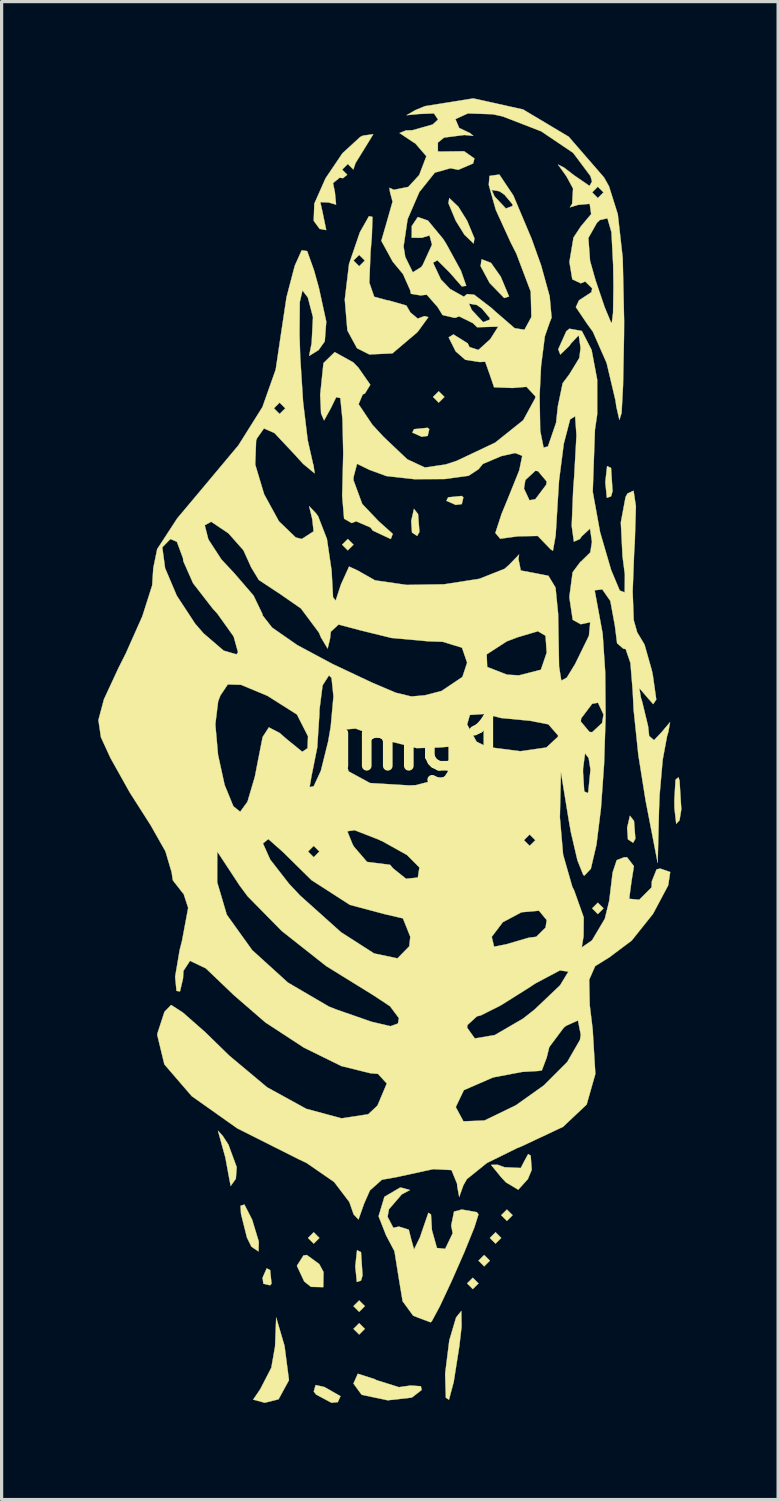
<source format=kicad_pcb>
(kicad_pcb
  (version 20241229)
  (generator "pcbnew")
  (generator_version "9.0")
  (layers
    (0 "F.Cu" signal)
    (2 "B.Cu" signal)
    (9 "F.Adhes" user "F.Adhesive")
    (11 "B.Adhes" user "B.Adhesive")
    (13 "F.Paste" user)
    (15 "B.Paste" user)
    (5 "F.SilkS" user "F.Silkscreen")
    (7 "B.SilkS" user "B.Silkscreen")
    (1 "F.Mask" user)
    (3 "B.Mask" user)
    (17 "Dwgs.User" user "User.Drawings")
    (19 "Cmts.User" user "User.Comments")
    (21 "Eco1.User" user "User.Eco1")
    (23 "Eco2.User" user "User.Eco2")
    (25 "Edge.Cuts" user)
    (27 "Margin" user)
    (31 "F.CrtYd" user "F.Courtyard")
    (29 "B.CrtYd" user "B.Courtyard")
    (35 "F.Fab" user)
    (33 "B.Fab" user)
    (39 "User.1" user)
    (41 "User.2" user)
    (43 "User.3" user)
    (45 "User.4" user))
  (footprint "img1"
    (layer "F.Cu")
    (at 10.039 20.031)
    (property "Reference" "img1" (at 0 0 0) (layer "F.SilkS") (effects (font (size 1.524 1.524) (thickness 0.3))))
    (attr through_hole)
    (fp_poly (pts (xy -3.175 15.346) (xy -3.351 15.522) (xy -3.528 15.346) (xy -3.351 15.169) (xy -3.175 15.346)) (stroke (width 0.01) (type solid)) (fill yes) (layer "F.SilkS"))
    (fp_poly (pts (xy -2.117 -6.174) (xy -2.293 -5.997) (xy -2.469 -6.174) (xy -2.293 -6.35) (xy -2.117 -6.174)) (stroke (width 0.01) (type solid)) (fill yes) (layer "F.SilkS"))
    (fp_poly (pts (xy -1.764 17.462) (xy -1.94 17.639) (xy -2.117 17.462) (xy -1.94 17.286) (xy -1.764 17.462)) (stroke (width 0.01) (type solid)) (fill yes) (layer "F.SilkS"))
    (fp_poly (pts (xy -1.764 18.168) (xy -1.94 18.344) (xy -2.117 18.168) (xy -1.94 17.992) (xy -1.764 18.168)) (stroke (width 0.01) (type solid)) (fill yes) (layer "F.SilkS"))
    (fp_poly (pts (xy 0.706 -10.76) (xy 0.529 -10.583) (xy 0.353 -10.76) (xy 0.529 -10.936) (xy 0.706 -10.76)) (stroke (width 0.01) (type solid)) (fill yes) (layer "F.SilkS"))
    (fp_poly (pts (xy 1.764 16.757) (xy 1.587 16.933) (xy 1.411 16.757) (xy 1.587 16.581) (xy 1.764 16.757)) (stroke (width 0.01) (type solid)) (fill yes) (layer "F.SilkS"))
    (fp_poly (pts (xy 2.117 16.051) (xy 1.94 16.228) (xy 1.764 16.051) (xy 1.94 15.875) (xy 2.117 16.051)) (stroke (width 0.01) (type solid)) (fill yes) (layer "F.SilkS"))
    (fp_poly (pts (xy 2.469 15.346) (xy 2.293 15.522) (xy 2.117 15.346) (xy 2.293 15.169) (xy 2.469 15.346)) (stroke (width 0.01) (type solid)) (fill yes) (layer "F.SilkS"))
    (fp_poly (pts (xy 2.822 14.64) (xy 2.646 14.817) (xy 2.469 14.64) (xy 2.646 14.464) (xy 2.822 14.64)) (stroke (width 0.01) (type solid)) (fill yes) (layer "F.SilkS"))
    (fp_poly (pts (xy 5.644 5.115) (xy 5.468 5.292) (xy 5.292 5.115) (xy 5.468 4.939) (xy 5.644 5.115)) (stroke (width 0.01) (type solid)) (fill yes) (layer "F.SilkS"))
    (fp_poly (pts (xy -4.704 16.345) (xy -4.661 16.764) (xy -4.704 16.816) (xy -4.913 16.767) (xy -4.939 16.581) (xy -4.81 16.29) (xy -4.704 16.345)) (stroke (width 0.01) (type solid)) (fill yes) (layer "F.SilkS"))
    (fp_poly (pts (xy -1.883 15.787) (xy -1.836 16.509) (xy -1.883 16.669) (xy -2.012 16.713) (xy -2.061 16.228) (xy -2.006 15.727) (xy -1.883 15.787)) (stroke (width 0.01) (type solid)) (fill yes) (layer "F.SilkS"))
    (fp_poly (pts (xy -0.112 -7.122) (xy -0.07 -6.57) (xy -0.14 -6.446) (xy -0.3 -6.551) (xy -0.325 -6.909) (xy -0.239 -7.285) (xy -0.112 -7.122)) (stroke (width 0.01) (type solid)) (fill yes) (layer "F.SilkS"))
    (fp_poly (pts (xy 0.235 -9.76) (xy 0.187 -9.55) (xy 0 -9.525) (xy -0.29 -9.654) (xy -0.235 -9.76) (xy 0.183 -9.802) (xy 0.235 -9.76)) (stroke (width 0.01) (type solid)) (fill yes) (layer "F.SilkS"))
    (fp_poly (pts (xy 1.294 -7.644) (xy 1.245 -7.434) (xy 1.058 -7.408) (xy 0.768 -7.537) (xy 0.823 -7.644) (xy 1.242 -7.686) (xy 1.294 -7.644)) (stroke (width 0.01) (type solid)) (fill yes) (layer "F.SilkS"))
    (fp_poly (pts (xy 5.878 -8.555) (xy 5.925 -7.833) (xy 5.878 -7.673) (xy 5.749 -7.629) (xy 5.7 -8.114) (xy 5.756 -8.615) (xy 5.878 -8.555)) (stroke (width 0.01) (type solid)) (fill yes) (layer "F.SilkS"))
    (fp_poly (pts (xy 6.591 2.403) (xy 6.633 2.955) (xy 6.563 3.079) (xy 6.403 2.974) (xy 6.378 2.616) (xy 6.464 2.24) (xy 6.591 2.403)) (stroke (width 0.01) (type solid)) (fill yes) (layer "F.SilkS"))
    (fp_poly (pts (xy -3.017 19.974) (xy -2.52 20.258) (xy -2.604 20.442) (xy -2.801 20.461) (xy -3.28 20.205) (xy -3.349 20.112) (xy -3.292 19.912) (xy -3.017 19.974)) (stroke (width 0.01) (type solid)) (fill yes) (layer "F.SilkS"))
    (fp_poly (pts (xy 2.151 -14.922) (xy 2.453 -14.494) (xy 2.712 -13.878) (xy 2.563 -13.83) (xy 2.11 -14.296) (xy 1.829 -14.82) (xy 1.861 -15.032) (xy 2.151 -14.922)) (stroke (width 0.01) (type solid)) (fill yes) (layer "F.SilkS"))
    (fp_poly (pts (xy -5.262 14.78) (xy -5.056 15.46) (xy -5.064 15.765) (xy -5.285 15.617) (xy -5.424 15.332) (xy -5.608 14.599) (xy -5.622 14.347) (xy -5.502 14.31) (xy -5.262 14.78)) (stroke (width 0.01) (type solid)) (fill yes) (layer "F.SilkS"))
    (fp_poly (pts (xy -3.18 16.156) (xy -3.047 16.404) (xy -3.054 16.873) (xy -3.435 16.864) (xy -3.645 16.698) (xy -3.873 16.211) (xy -3.669 15.89) (xy -3.566 15.875) (xy -3.18 16.156)) (stroke (width 0.01) (type solid)) (fill yes) (layer "F.SilkS"))
    (fp_poly (pts (xy 1.14 -16.663) (xy 1.411 -16.228) (xy 1.638 -15.682) (xy 1.612 -15.522) (xy 1.329 -15.793) (xy 1.058 -16.228) (xy 0.831 -16.773) (xy 0.857 -16.933) (xy 1.14 -16.663)) (stroke (width 0.01) (type solid)) (fill yes) (layer "F.SilkS"))
    (fp_poly (pts (xy 8.004 1.147) (xy 8.059 2.041) (xy 8.004 2.381) (xy 7.902 2.491) (xy 7.846 2.003) (xy 7.843 1.764) (xy 7.88 1.122) (xy 7.971 1.046) (xy 8.004 1.147)) (stroke (width 0.01) (type solid)) (fill yes) (layer "F.SilkS"))
    (fp_poly (pts (xy -6.175 12.178) (xy -5.999 12.449) (xy -5.742 13.147) (xy -5.768 13.507) (xy -5.928 13.732) (xy -5.969 13.523) (xy -6.094 12.847) (xy -6.2 12.464) (xy -6.323 12.018) (xy -6.175 12.178)) (stroke (width 0.01) (type solid)) (fill yes) (layer "F.SilkS"))
    (fp_poly (pts (xy -4.257 18.697) (xy -4.119 19.76) (xy -4.442 20.353) (xy -4.871 20.461) (xy -5.23 20.364) (xy -5.009 20.038) (xy -4.667 19.374) (xy -4.551 18.715) (xy -4.516 17.815) (xy -4.257 18.697)) (stroke (width 0.01) (type solid)) (fill yes) (layer "F.SilkS"))
    (fp_poly (pts (xy 1.239 18.095) (xy 1.17 18.697) (xy 0.994 19.816) (xy 0.847 20.367) (xy 0.751 20.306) (xy 0.729 19.591) (xy 0.73 19.55) (xy 0.857 18.528) (xy 1.068 17.815) (xy 1.231 17.612) (xy 1.239 18.095)) (stroke (width 0.01) (type solid)) (fill yes) (layer "F.SilkS"))
    (fp_poly (pts (xy -1.47 19.725) (xy -1.404 19.759) (xy -0.705 19.978) (xy -0.345 19.927) (xy -0.025 19.949) (xy 0 20.064) (xy -0.306 20.301) (xy -1.043 20.384) (xy -1.058 20.384) (xy -1.863 20.214) (xy -2.117 19.866) (xy -1.982 19.561) (xy -1.47 19.725)) (stroke (width 0.01) (type solid)) (fill yes) (layer "F.SilkS"))
    (fp_poly (pts (xy 3.384 12.791) (xy 3.416 13.231) (xy 3.296 13.519) (xy 2.997 13.849) (xy 2.618 13.622) (xy 2.481 13.478) (xy 2.155 13.078) (xy 2.359 13.074) (xy 2.569 13.151) (xy 3.077 13.174) (xy 3.175 12.983) (xy 3.306 12.742) (xy 3.384 12.791)) (stroke (width 0.01) (type solid)) (fill yes) (layer "F.SilkS"))
    (fp_poly (pts (xy -1.684 -18.617) (xy -2.054 -18.018) (xy -2.121 -17.819) (xy -2.293 -17.992) (xy -2.469 -17.815) (xy -2.312 -17.658) (xy -2.441 -17.551) (xy -2.548 -17.565) (xy -2.752 -17.398) (xy -2.693 -17.106) (xy -2.657 -16.729) (xy -2.886 -16.796) (xy -3.147 -16.808) (xy -3.07 -16.462) (xy -2.963 -15.939) (xy -3.167 -15.977) (xy -3.351 -16.227) (xy -3.332 -16.76) (xy -2.984 -17.546) (xy -2.459 -18.324) (xy -1.907 -18.83) (xy -1.821 -18.871) (xy -1.503 -18.915) (xy -1.684 -18.617)) (stroke (width 0.01) (type solid)) (fill yes) (layer "F.SilkS"))
    (fp_poly (pts (xy -1.527 -16.348) (xy -1.547 -15.734) (xy -1.587 -15.258) (xy -1.625 -14.308) (xy -1.474 -13.869) (xy -1.068 -13.759) (xy -1.035 -13.758) (xy -0.475 -13.597) (xy -0.353 -13.385) (xy -0.123 -13.191) (xy 0.088 -13.269) (xy 0.207 -13.236) (xy -0.103 -12.807) (xy -0.143 -12.761) (xy -0.909 -12.112) (xy -1.624 -12.079) (xy -2.007 -12.272) (xy -2.306 -12.824) (xy -2.387 -13.783) (xy -2.254 -14.887) (xy -2.218 -14.993) (xy -2.117 -14.993) (xy -1.94 -14.817) (xy -1.764 -14.993) (xy -1.94 -15.169) (xy -2.117 -14.993) (xy -2.218 -14.993) (xy -1.917 -15.874) (xy -1.916 -15.875) (xy -1.636 -16.37) (xy -1.527 -16.348)) (stroke (width 0.01) (type solid)) (fill yes) (layer "F.SilkS"))
    (fp_poly (pts (xy -0.628 13.786) (xy -0.365 13.859) (xy -0.617 13.992) (xy -1.018 14.457) (xy -1.058 14.69) (xy -0.88 15.032) (xy -0.706 14.993) (xy -0.401 15.089) (xy -0.318 15.413) (xy -0.237 15.702) (xy -0.05 15.32) (xy 0 15.169) (xy 0.208 14.565) (xy 0.289 14.616) (xy 0.318 15.102) (xy 0.473 15.657) (xy 0.73 15.684) (xy 0.962 15.202) (xy 0.917 14.957) (xy 1.005 14.528) (xy 1.246 14.464) (xy 1.709 14.545) (xy 1.764 14.611) (xy 1.637 15.016) (xy 1.327 15.781) (xy 0.934 16.676) (xy 0.563 17.468) (xy 0.317 17.926) (xy 0.277 17.964) (xy -0.092 17.827) (xy -0.265 17.758) (xy -0.591 17.311) (xy -0.706 16.622) (xy -0.844 15.759) (xy -1.105 15.264) (xy -1.337 14.673) (xy -1.156 14.068) (xy -0.673 13.785) (xy -0.628 13.786)) (stroke (width 0.01) (type solid)) (fill yes) (layer "F.SilkS"))
    (fp_poly (pts (xy 3.148 -19.683) (xy 4.564 -18.837) (xy 5.662 -17.571) (xy 5.815 -17.298) (xy 6.088 -16.43) (xy 6.241 -15.065) (xy 6.284 -13.11) (xy 6.281 -12.655) (xy 6.251 -11.12) (xy 6.205 -10.261) (xy 6.137 -10.048) (xy 6.044 -10.452) (xy 6.016 -10.65) (xy 5.741 -11.815) (xy 5.314 -12.784) (xy 5.135 -13.031) (xy 4.786 -13.548) (xy 4.884 -13.758) (xy 5.269 -14.01) (xy 5.292 -14.132) (xy 5.076 -14.343) (xy 4.939 -14.287) (xy 4.676 -14.411) (xy 4.586 -14.951) (xy 4.711 -15.695) (xy 5.174 -15.695) (xy 5.227 -14.982) (xy 5.399 -14.376) (xy 5.682 -13.54) (xy 5.874 -13.082) (xy 5.901 -13.053) (xy 5.941 -13.37) (xy 5.953 -14.184) (xy 5.944 -14.846) (xy 5.891 -15.873) (xy 5.767 -16.305) (xy 5.529 -16.25) (xy 5.442 -16.168) (xy 5.174 -15.695) (xy 4.711 -15.695) (xy 4.713 -15.707) (xy 4.939 -16.051) (xy 5.262 -16.436) (xy 5.216 -16.754) (xy 4.851 -16.721) (xy 4.6 -16.645) (xy 4.671 -16.756) (xy 4.692 -17.11) (xy 5.292 -17.11) (xy 5.468 -16.933) (xy 5.644 -17.11) (xy 5.468 -17.286) (xy 5.292 -17.11) (xy 4.692 -17.11) (xy 4.699 -17.229) (xy 4.495 -17.606) (xy 4.233 -17.973) (xy 4.421 -17.878) (xy 4.732 -17.639) (xy 5.211 -17.31) (xy 5.288 -17.448) (xy 5.239 -17.617) (xy 4.702 -18.336) (xy 3.712 -19.004) (xy 2.513 -19.468) (xy 2.205 -19.535) (xy 1.436 -19.561) (xy 1.047 -19.384) (xy 1.164 -19.109) (xy 1.499 -18.95) (xy 1.602 -18.866) (xy 1.323 -18.891) (xy 0.693 -18.81) (xy 0.503 -18.655) (xy 0.503 -18.381) (xy 0.591 -18.377) (xy 1.318 -18.386) (xy 1.637 -18.161) (xy 1.597 -18.007) (xy 1.137 -17.81) (xy 0.894 -17.859) (xy 0.408 -17.722) (xy -0.074 -17.118) (xy -0.437 -16.277) (xy -0.562 -15.43) (xy -0.509 -15.105) (xy -0.275 -14.628) (xy -0.009 -14.795) (xy 0.033 -14.858) (xy 0.321 -15.487) (xy 0.244 -15.773) (xy 0 -15.699) (xy -0.309 -15.702) (xy -0.307 -16.064) (xy -0.119 -16.344) (xy 0.194 -16.235) (xy 0.664 -15.668) (xy 0.763 -15.512) (xy 1.218 -14.68) (xy 1.383 -14.209) (xy 1.246 -14.191) (xy 0.871 -14.62) (xy 0.488 -15.002) (xy 0.353 -14.927) (xy 0.597 -14.407) (xy 0.882 -14.111) (xy 1.308 -13.872) (xy 1.411 -13.953) (xy 1.63 -13.933) (xy 2.167 -13.521) (xy 2.284 -13.414) (xy 2.885 -12.894) (xy 3.191 -12.845) (xy 3.403 -13.236) (xy 3.405 -13.241) (xy 3.386 -14.027) (xy 2.938 -15.211) (xy 2.76 -15.562) (xy 2.302 -16.564) (xy 2.127 -17.185) (xy 2.174 -17.185) (xy 2.259 -16.988) (xy 2.615 -16.609) (xy 2.819 -16.687) (xy 2.822 -16.736) (xy 2.572 -17.035) (xy 2.415 -17.143) (xy 2.174 -17.185) (xy 2.127 -17.185) (xy 2.083 -17.342) (xy 2.105 -17.62) (xy 2.411 -17.663) (xy 2.846 -17.012) (xy 3.412 -15.67) (xy 3.708 -14.842) (xy 3.973 -13.881) (xy 4.033 -13.221) (xy 3.975 -13.078) (xy 3.823 -12.642) (xy 3.706 -11.723) (xy 3.661 -10.812) (xy 3.679 -9.71) (xy 3.785 -9.186) (xy 3.92 -9.224) (xy 4.173 -9.961) (xy 4.228 -10.474) (xy 4.377 -11.186) (xy 4.586 -11.465) (xy 4.893 -11.969) (xy 4.933 -12.28) (xy 4.876 -12.675) (xy 4.633 -12.418) (xy 4.586 -12.347) (xy 4.303 -12.076) (xy 4.239 -12.238) (xy 4.491 -12.801) (xy 4.587 -12.877) (xy 4.971 -12.808) (xy 5.274 -12.22) (xy 5.448 -11.297) (xy 5.449 -10.226) (xy 5.378 -9.739) (xy 5.31 -7.816) (xy 5.538 -6.562) (xy 5.881 -5.387) (xy 6.148 -4.751) (xy 6.302 -4.692) (xy 6.307 -5.249) (xy 6.234 -5.821) (xy 6.182 -6.864) (xy 6.329 -7.652) (xy 6.388 -7.761) (xy 6.577 -7.849) (xy 6.65 -7.36) (xy 6.615 -6.239) (xy 6.595 -5.924) (xy 6.549 -4.719) (xy 6.582 -3.832) (xy 6.689 -3.455) (xy 6.689 -3.455) (xy 6.917 -3.073) (xy 7.145 -2.27) (xy 7.176 -2.117) (xy 7.282 -1.365) (xy 7.186 -1.225) (xy 7.022 -1.411) (xy 6.755 -1.722) (xy 6.807 -1.417) (xy 6.846 -1.294) (xy 7.029 -0.535) (xy 7.061 -0.236) (xy 7.213 -0.105) (xy 7.447 -0.353) (xy 7.709 -0.663) (xy 7.656 -0.355) (xy 7.618 -0.236) (xy 7.481 0.503) (xy 7.385 1.599) (xy 7.367 2.057) (xy 7.326 3.704) (xy 6.95 1.764) (xy 6.725 0.347) (xy 6.578 -1.063) (xy 6.55 -1.642) (xy 6.48 -2.503) (xy 6.332 -2.935) (xy 6.262 -2.944) (xy 6.066 -3.114) (xy 5.997 -3.663) (xy 5.856 -4.428) (xy 5.607 -4.786) (xy 5.369 -4.758) (xy 5.464 -4.246) (xy 5.618 -3.409) (xy 5.697 -2.217) (xy 5.709 -0.818) (xy 5.662 0.64) (xy 5.565 2.009) (xy 5.425 3.141) (xy 5.251 3.887) (xy 5.049 4.1) (xy 5.015 4.074) (xy 4.835 3.625) (xy 4.631 2.748) (xy 4.565 2.375) (xy 4.322 0.882) (xy 5.008 0.882) (xy 5.046 1.484) (xy 5.156 1.537) (xy 5.17 1.506) (xy 5.24 0.806) (xy 5.183 0.448) (xy 5.071 0.304) (xy 5.01 0.772) (xy 5.008 0.882) (xy 4.322 0.882) (xy 4.29 2.293) (xy 4.39 3.448) (xy 4.677 4.449) (xy 4.737 4.568) (xy 5.03 5.395) (xy 5.025 5.979) (xy 4.968 6.328) (xy 5.287 6.109) (xy 5.686 5.436) (xy 5.823 4.874) (xy 5.928 3.999) (xy 6.054 3.62) (xy 6.285 3.529) (xy 6.374 3.528) (xy 6.588 3.805) (xy 6.513 4.275) (xy 6.441 4.818) (xy 6.754 4.848) (xy 7.135 4.466) (xy 7.144 4.277) (xy 7.292 3.905) (xy 7.408 3.881) (xy 7.714 3.988) (xy 7.653 4.399) (xy 7.203 5.246) (xy 7.174 5.295) (xy 6.52 6.114) (xy 5.821 6.638) (xy 5.385 6.908) (xy 5.199 7.331) (xy 5.216 8.112) (xy 5.308 8.873) (xy 5.391 10.255) (xy 5.121 11.204) (xy 4.387 11.897) (xy 3.076 12.513) (xy 2.973 12.552) (xy 2.025 13.019) (xy 1.402 13.521) (xy 1.294 13.711) (xy 1.165 14.073) (xy 1.105 13.748) (xy 1.099 13.663) (xy 0.926 13.239) (xy 0.363 13.21) (xy 0.088 13.268) (xy -0.748 13.451) (xy -1.235 13.539) (xy -1.607 13.871) (xy -1.79 14.287) (xy -1.961 14.773) (xy -2.112 14.614) (xy -2.244 14.232) (xy -2.718 13.608) (xy -3.573 13.018) (xy -3.806 12.908) (xy -5.724 11.944) (xy -7.138 10.943) (xy -7.987 9.958) (xy -8.208 9.044) (xy -8.198 8.983) (xy -7.984 8.327) (xy -7.777 8.114) (xy -7.415 8.347) (xy -6.725 8.953) (xy -5.976 9.684) (xy -4.796 10.671) (xy -3.584 11.337) (xy -2.489 11.633) (xy -1.661 11.507) (xy -1.421 11.284) (xy 1.058 11.284) (xy 1.296 11.726) (xy 1.949 11.7) (xy 2.924 11.228) (xy 3.792 10.611) (xy 4.518 9.885) (xy 4.914 9.197) (xy 4.939 9.041) (xy 4.852 8.595) (xy 4.484 8.759) (xy 4.41 8.819) (xy 3.961 9.42) (xy 3.881 9.745) (xy 3.73 10.145) (xy 3.616 10.163) (xy 3.12 10.192) (xy 2.273 10.352) (xy 2.205 10.368) (xy 1.309 10.758) (xy 1.058 11.284) (xy -1.421 11.284) (xy -1.373 11.239) (xy -1.083 10.552) (xy -1.357 10.253) (xy -1.602 10.231) (xy -2.492 10.01) (xy -3.654 9.439) (xy -4.601 8.819) (xy 1.411 8.819) (xy 1.649 9.153) (xy 2.272 9.047) (xy 3.146 8.538) (xy 3.501 8.259) (xy 4.296 7.504) (xy 4.554 7.079) (xy 4.291 7.041) (xy 3.525 7.448) (xy 3.302 7.595) (xy 2.453 8.128) (xy 1.839 8.436) (xy 1.715 8.467) (xy 1.42 8.737) (xy 1.411 8.819) (xy -4.601 8.819) (xy -4.851 8.656) (xy -5.845 7.796) (xy -5.863 7.777) (xy -6.699 6.978) (xy -7.191 6.743) (xy -7.395 7.056) (xy -7.408 7.291) (xy -7.502 7.693) (xy -7.61 7.677) (xy -7.653 7.24) (xy -7.511 6.403) (xy -7.438 6.118) (xy -7.248 5.099) (xy -7.394 4.652) (xy -7.412 4.645) (xy -7.678 4.302) (xy -6.348 4.302) (xy -6.05 5.312) (xy -5.263 6.41) (xy -4.152 7.419) (xy -2.881 8.163) (xy -2.646 8.256) (xy -1.554 8.636) (xy -0.967 8.773) (xy -0.736 8.689) (xy -0.706 8.523) (xy -0.982 8.154) (xy -1.499 7.812) (xy -2.963 6.907) (xy -4.345 5.816) (xy -5.405 4.738) (xy -5.652 4.404) (xy -6.345 3.351) (xy -6.348 4.302) (xy -7.678 4.302) (xy -7.725 4.241) (xy -7.761 3.994) (xy -7.954 3.344) (xy -8.093 3.099) (xy -4.927 3.099) (xy -4.701 3.602) (xy -4.117 4.352) (xy -3.771 4.72) (xy -2.501 5.858) (xy -1.476 6.515) (xy -0.752 6.667) (xy -0.386 6.294) (xy -0.353 5.999) (xy 2.175 5.999) (xy 2.247 6.305) (xy 2.627 6.23) (xy 3.313 6.029) (xy 3.557 5.997) (xy 3.846 5.712) (xy 3.881 5.479) (xy 3.641 5.188) (xy 3.1 5.236) (xy 2.519 5.544) (xy 2.175 5.999) (xy -0.353 5.999) (xy -0.353 5.997) (xy -0.581 5.426) (xy -1.156 5.292) (xy -2.229 5.006) (xy -3.418 4.24) (xy -4.31 3.362) (xy -4.322 3.351) (xy -3.528 3.351) (xy -3.351 3.528) (xy -3.175 3.351) (xy -3.351 3.175) (xy -3.528 3.351) (xy -4.322 3.351) (xy -4.76 2.964) (xy -4.927 3.099) (xy -8.093 3.099) (xy -8.306 2.722) (xy -2.308 2.722) (xy -2.149 3.115) (xy -2.103 3.2) (xy -1.695 3.673) (xy -1.418 3.708) (xy -0.981 3.763) (xy -0.886 3.875) (xy -0.485 4.197) (xy -0.119 4.159) (xy -0.07 3.846) (xy -0.457 3.458) (xy -1.231 3.026) (xy -1.293 2.999) (xy 3.175 2.999) (xy 3.351 3.175) (xy 3.528 2.999) (xy 3.351 2.822) (xy 3.175 2.999) (xy -1.293 2.999) (xy -1.339 2.979) (xy -2.081 2.689) (xy -2.308 2.722) (xy -8.306 2.722) (xy -8.417 2.527) (xy -8.419 2.524) (xy -9.06 1.52) (xy -9.661 0.445) (xy -9.956 -0.197) (xy -10.015 -0.598) (xy -6.405 -0.598) (xy -6.321 0.35) (xy -6.117 1.283) (xy -5.845 1.947) (xy -5.633 2.117) (xy -5.407 1.805) (xy -5.273 1.351) (xy -3.479 1.351) (xy -3.352 1.326) (xy -3.129 0.844) (xy -2.961 0.169) (xy -2.469 0.169) (xy -2.269 0.863) (xy -1.604 1.225) (xy -0.38 1.299) (xy -0.179 1.29) (xy 0.693 1.061) (xy 1.003 0.566) (xy 0.967 0.087) (xy 0.545 0.121) (xy -0.153 0.141) (xy -1.103 -0.102) (xy -1.254 -0.162) (xy -2.049 -0.466) (xy -2.39 -0.437) (xy -2.468 -0.021) (xy -2.469 0.169) (xy -2.961 0.169) (xy -2.902 -0.069) (xy -2.823 -0.526) (xy -2.817 -0.593) (xy 1.411 -0.593) (xy 1.704 -0.059) (xy 2.028 0.104) (xy 3.064 0.238) (xy 3.87 0.122) (xy 4.23 -0.211) (xy 4.233 -0.253) (xy 3.933 -0.597) (xy 3.486 -0.685) (xy 4.939 -0.685) (xy 5.208 -0.362) (xy 5.292 -0.353) (xy 5.601 -0.64) (xy 5.644 -0.903) (xy 5.473 -1.268) (xy 5.292 -1.235) (xy 4.952 -0.784) (xy 4.939 -0.685) (xy 3.486 -0.685) (xy 3.38 -0.706) (xy 2.466 -0.793) (xy 1.969 -0.92) (xy 1.495 -0.888) (xy 1.411 -0.593) (xy -2.817 -0.593) (xy -2.738 -1.467) (xy -2.798 -2.038) (xy -2.878 -2.117) (xy -3.076 -1.807) (xy -3.173 -1.048) (xy -3.175 -0.911) (xy -3.242 0.122) (xy -3.404 0.932) (xy -3.408 0.941) (xy -3.479 1.351) (xy -5.273 1.351) (xy -5.177 1.025) (xy -5.111 0.682) (xy -4.937 -0.203) (xy -4.743 -0.503) (xy -4.407 -0.328) (xy -4.198 -0.145) (xy -3.706 0.255) (xy -3.543 0.145) (xy -3.528 -0.225) (xy -3.871 -0.902) (xy -4.786 -1.482) (xy -5.607 -1.824) (xy -6.018 -1.836) (xy -6.248 -1.493) (xy -6.318 -1.31) (xy -6.405 -0.598) (xy -10.015 -0.598) (xy -10.034 -0.731) (xy -9.862 -1.376) (xy -9.408 -2.353) (xy -9.183 -2.8) (xy -8.67 -3.953) (xy -8.365 -4.912) (xy -8.331 -5.446) (xy -8.21 -6.036) (xy -8.173 -6.092) (xy -8.052 -6.092) (xy -7.964 -5.444) (xy -7.602 -4.591) (xy -7.031 -3.72) (xy -6.772 -3.422) (xy -6.146 -2.884) (xy -5.749 -2.77) (xy -5.7 -2.833) (xy -5.836 -3.324) (xy -6.341 -4.032) (xy -6.488 -4.193) (xy -7.096 -4.978) (xy -7.4 -5.665) (xy -7.408 -5.752) (xy -7.598 -6.264) (xy -7.799 -6.35) (xy -8.052 -6.092) (xy -8.173 -6.092) (xy -7.727 -6.777) (xy -6.734 -6.777) (xy -6.622 -6.339) (xy -6.217 -5.716) (xy -5.821 -5.292) (xy -5.219 -4.595) (xy -4.941 -4.016) (xy -4.939 -3.98) (xy -4.642 -3.599) (xy -3.862 -3.057) (xy -2.767 -2.47) (xy -2.734 -2.455) (xy -1.543 -1.893) (xy -0.802 -1.578) (xy -0.32 -1.462) (xy 0.096 -1.498) (xy 0.617 -1.633) (xy 1.265 -2.068) (xy 1.411 -2.511) (xy 1.323 -2.769) (xy 2.018 -2.769) (xy 2.034 -2.378) (xy 2.65 -2.139) (xy 3.019 -2.117) (xy 3.7 -2.291) (xy 3.881 -2.822) (xy 3.845 -3.347) (xy 3.609 -3.487) (xy 2.975 -3.299) (xy 2.648 -3.176) (xy 2.018 -2.769) (xy 1.323 -2.769) (xy 1.252 -2.976) (xy 0.656 -3.159) (xy 0.199 -3.175) (xy -0.94 -3.279) (xy -1.917 -3.519) (xy -2.579 -3.695) (xy -2.821 -3.472) (xy -2.845 -3.254) (xy -2.919 -2.95) (xy -3.126 -3.295) (xy -3.187 -3.442) (xy -3.747 -4.194) (xy -4.399 -4.646) (xy -5.054 -5.078) (xy -5.292 -5.47) (xy -5.532 -6) (xy -5.997 -6.526) (xy -6.532 -6.886) (xy -6.734 -6.777) (xy -7.727 -6.777) (xy -7.587 -6.992) (xy -6.875 -7.84) (xy -5.688 -9.259) (xy -4.967 -10.407) (xy -4.586 -10.407) (xy -4.41 -10.231) (xy -4.233 -10.407) (xy -4.41 -10.583) (xy -4.586 -10.407) (xy -4.967 -10.407) (xy -4.943 -10.446) (xy -4.531 -11.61) (xy -4.364 -12.732) (xy -4.195 -13.858) (xy -3.941 -14.826) (xy -3.932 -14.849) (xy -3.724 -15.312) (xy -3.555 -15.287) (xy -3.343 -14.695) (xy -3.192 -14.154) (xy -2.962 -13.099) (xy -3.008 -12.486) (xy -3.201 -12.214) (xy -3.493 -12.034) (xy -3.415 -12.432) (xy -3.415 -12.435) (xy -3.374 -13.237) (xy -3.533 -13.846) (xy -3.7 -14.067) (xy -3.784 -13.704) (xy -3.792 -12.709) (xy -3.77 -11.994) (xy -3.681 -10.603) (xy -3.538 -9.418) (xy -3.371 -8.678) (xy -3.357 -8.643) (xy -3.323 -8.388) (xy -3.678 -8.681) (xy -3.965 -8.996) (xy -4.568 -9.639) (xy -4.895 -9.783) (xy -5.108 -9.483) (xy -5.139 -9.405) (xy -5.167 -8.663) (xy -4.891 -7.741) (xy -4.431 -6.9) (xy -3.91 -6.398) (xy -3.721 -6.35) (xy -3.355 -6.587) (xy -3.396 -6.967) (xy -3.493 -7.37) (xy -3.278 -7.144) (xy -3.214 -7.056) (xy -2.941 -6.351) (xy -2.795 -5.359) (xy -2.792 -5.292) (xy -2.751 -4.539) (xy -2.669 -4.439) (xy -2.507 -4.935) (xy -2.253 -5.495) (xy -1.993 -5.376) (xy -1.447 -5.066) (xy -0.468 -4.925) (xy 0.695 -4.944) (xy 1.793 -5.115) (xy 2.576 -5.426) (xy 2.721 -5.556) (xy 3.024 -5.869) (xy 3.004 -5.733) (xy 3.076 -5.372) (xy 3.507 -5.292) (xy 3.934 -5.208) (xy 4.155 -4.842) (xy 4.236 -4.022) (xy 4.246 -3.44) (xy 4.265 -2.389) (xy 4.334 -1.954) (xy 4.503 -2.044) (xy 4.763 -2.469) (xy 5.192 -3.347) (xy 5.232 -3.766) (xy 4.939 -3.704) (xy 4.689 -3.842) (xy 4.586 -4.528) (xy 4.586 -4.565) (xy 4.686 -5.317) (xy 4.929 -5.644) (xy 4.939 -5.644) (xy 5.235 -5.935) (xy 5.286 -6.262) (xy 5.226 -6.672) (xy 4.97 -6.435) (xy 4.91 -6.35) (xy 4.725 -6.268) (xy 4.657 -6.759) (xy 4.703 -7.879) (xy 4.734 -8.29) (xy 4.805 -9.564) (xy 4.764 -10.16) (xy 4.612 -10.068) (xy 4.606 -10.054) (xy 4.411 -9.308) (xy 4.264 -8.167) (xy 4.217 -7.408) (xy 4.159 -6.462) (xy 4.074 -5.985) (xy 4 -6.033) (xy 3.603 -6.445) (xy 2.984 -6.433) (xy 2.438 -6.359) (xy 2.287 -6.537) (xy 2.481 -7.132) (xy 2.647 -7.532) (xy 2.802 -7.917) (xy 3.175 -7.917) (xy 3.346 -7.552) (xy 3.528 -7.585) (xy 3.867 -8.036) (xy 3.881 -8.135) (xy 3.611 -8.457) (xy 3.528 -8.467) (xy 3.218 -8.18) (xy 3.175 -7.917) (xy 2.802 -7.917) (xy 3.03 -8.485) (xy 3.122 -8.932) (xy 2.902 -9.019) (xy 2.469 -8.922) (xy 1.898 -8.68) (xy 1.763 -8.514) (xy 1.456 -8.313) (xy 0.707 -8.211) (xy -0.229 -8.207) (xy -1.094 -8.304) (xy -1.626 -8.499) (xy -2.006 -8.685) (xy -2.116 -8.269) (xy -2.117 -8.177) (xy -1.845 -7.437) (xy -1.333 -6.899) (xy -0.898 -6.51) (xy -0.959 -6.35) (xy -1.515 -6.61) (xy -1.591 -6.709) (xy -2.033 -6.9) (xy -2.171 -6.845) (xy -2.408 -6.98) (xy -2.469 -7.706) (xy -2.464 -7.81) (xy -2.435 -9.015) (xy -2.458 -10.054) (xy -2.525 -10.725) (xy -2.653 -10.753) (xy -2.822 -10.407) (xy -3.029 -10.031) (xy -3.123 -10.247) (xy -3.15 -10.827) (xy -3.048 -11.811) (xy -2.699 -12.151) (xy -2.124 -11.833) (xy -1.966 -11.67) (xy -1.595 -11.138) (xy -1.762 -10.865) (xy -1.831 -10.837) (xy -1.958 -10.535) (xy -1.531 -9.897) (xy -1.181 -9.519) (xy -0.448 -8.824) (xy 0.101 -8.569) (xy 0.747 -8.664) (xy 1.089 -8.777) (xy 2.283 -9.342) (xy 3.152 -10.037) (xy 3.524 -10.72) (xy 3.528 -10.781) (xy 3.253 -11.074) (xy 2.822 -11.038) (xy 2.248 -11.06) (xy 2.117 -11.445) (xy 1.972 -11.853) (xy 1.804 -11.843) (xy 1.355 -11.913) (xy 1.055 -12.175) (xy 0.838 -12.608) (xy 0.986 -12.7) (xy 1.428 -12.424) (xy 1.483 -12.309) (xy 1.76 -12.218) (xy 2.13 -12.553) (xy 2.375 -12.941) (xy 2.229 -12.938) (xy 1.721 -12.923) (xy 1.587 -13.053) (xy 1.163 -13.261) (xy 1.031 -13.213) (xy 0.648 -13.302) (xy 0.49 -13.558) (xy 0.402 -13.657) (xy 1.468 -13.657) (xy 1.554 -13.46) (xy 1.909 -13.081) (xy 2.113 -13.159) (xy 2.117 -13.208) (xy 1.866 -13.507) (xy 1.709 -13.616) (xy 1.468 -13.657) (xy 0.402 -13.657) (xy 0.158 -13.933) (xy -0.037 -13.912) (xy -0.335 -13.962) (xy -0.353 -14.065) (xy -0.579 -14.573) (xy -0.899 -14.96) (xy -1.252 -15.606) (xy -1.088 -16.173) (xy -0.903 -16.823) (xy -0.983 -17.12) (xy -1 -17.252) (xy -0.864 -17.189) (xy -0.416 -17.279) (xy -0.077 -17.647) (xy 0.146 -18.232) (xy -0.197 -18.628) (xy -0.27 -18.672) (xy -0.687 -18.952) (xy -0.486 -19.033) (xy -0.285 -19.039) (xy 0.341 -19.216) (xy 0.509 -19.37) (xy 0.381 -19.561) (xy -0.088 -19.542) (xy -0.467 -19.505) (xy -0.191 -19.665) (xy 0.107 -19.787) (xy 1.601 -20.026) (xy 3.148 -19.683)) (stroke (width 0.01) (type solid)) (fill yes) (layer "F.SilkS")))
  (gr_rect
    (start -3 -3)
    (end 21.103 43.498)
    (stroke (width 0.1) (type default))
    (fill no)
    (layer "Edge.Cuts")))
</source>
